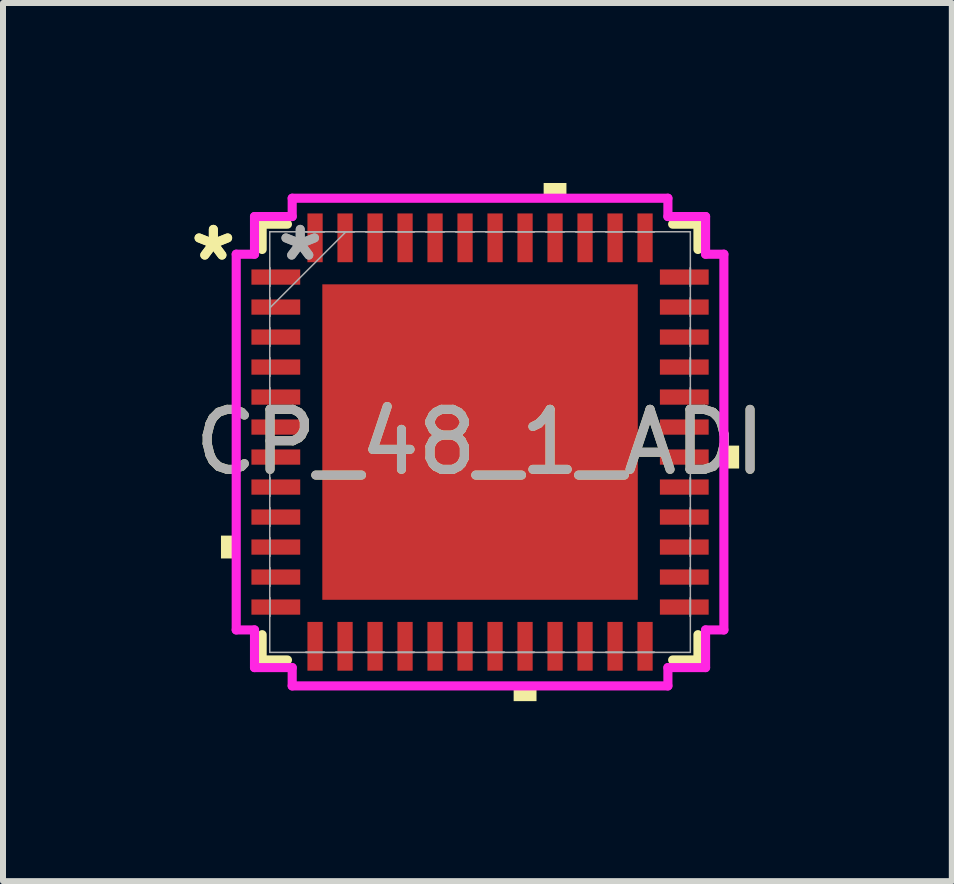
<source format=kicad_pcb>
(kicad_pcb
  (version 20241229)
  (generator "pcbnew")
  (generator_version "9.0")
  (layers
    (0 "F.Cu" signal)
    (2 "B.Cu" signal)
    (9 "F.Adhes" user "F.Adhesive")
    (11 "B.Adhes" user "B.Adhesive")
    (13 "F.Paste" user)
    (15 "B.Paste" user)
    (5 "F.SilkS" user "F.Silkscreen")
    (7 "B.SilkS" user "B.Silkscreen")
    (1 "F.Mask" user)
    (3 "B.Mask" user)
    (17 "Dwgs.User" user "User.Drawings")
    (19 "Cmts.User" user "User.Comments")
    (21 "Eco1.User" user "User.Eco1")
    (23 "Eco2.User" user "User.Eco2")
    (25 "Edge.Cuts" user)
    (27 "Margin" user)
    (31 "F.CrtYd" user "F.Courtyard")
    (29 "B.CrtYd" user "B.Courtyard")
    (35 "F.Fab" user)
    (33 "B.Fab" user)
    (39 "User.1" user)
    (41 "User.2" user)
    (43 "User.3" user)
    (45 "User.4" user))
  (footprint "CP_48_1_ADI"
    (layer "F.Cu")
    (at 4.951 4.318)
    (property "Reference" "CP_48_1_ADI" (at 0 0 0) (unlocked yes) (layer "F.SilkS") (effects (font (size 1 1) (thickness 0.15))))
    (attr smd)
    (fp_line (start -3.632 -3.632) (end -3.632 -3.21) (stroke (width 0.152) (type solid)) (layer "F.SilkS"))
    (fp_line (start -3.632 3.21) (end -3.632 3.632) (stroke (width 0.152) (type solid)) (layer "F.SilkS"))
    (fp_line (start -3.632 3.632) (end -3.21 3.632) (stroke (width 0.152) (type solid)) (layer "F.SilkS"))
    (fp_line (start -3.21 -3.632) (end -3.632 -3.632) (stroke (width 0.152) (type solid)) (layer "F.SilkS"))
    (fp_line (start 3.21 3.632) (end 3.632 3.632) (stroke (width 0.152) (type solid)) (layer "F.SilkS"))
    (fp_line (start 3.632 -3.632) (end 3.21 -3.632) (stroke (width 0.152) (type solid)) (layer "F.SilkS"))
    (fp_line (start 3.632 -3.21) (end 3.632 -3.632) (stroke (width 0.152) (type solid)) (layer "F.SilkS"))
    (fp_line (start 3.632 3.632) (end 3.632 3.21) (stroke (width 0.152) (type solid)) (layer "F.SilkS"))
    (fp_poly (pts (xy -4.318 1.559) (xy -4.318 1.94) (xy -4.064 1.94) (xy -4.064 1.559)) (stroke (width 0) (type solid)) (fill yes) (layer "F.SilkS"))
    (fp_poly (pts (xy 0.56 4.064) (xy 0.56 4.318) (xy 0.941 4.318) (xy 0.941 4.064)) (stroke (width 0) (type solid)) (fill yes) (layer "F.SilkS"))
    (fp_poly (pts (xy 1.06 -4.064) (xy 1.06 -4.318) (xy 1.44 -4.318) (xy 1.44 -4.064)) (stroke (width 0) (type solid)) (fill yes) (layer "F.SilkS"))
    (fp_poly (pts (xy 4.318 0.059) (xy 4.318 0.441) (xy 4.064 0.441) (xy 4.064 0.059)) (stroke (width 0) (type solid)) (fill yes) (layer "F.SilkS"))
    (fp_poly (pts (xy -2.529 -2.529) (xy -2.529 -1.414) (xy -1.414 -1.414) (xy -1.414 -2.529)) (stroke (width 0) (type solid)) (fill yes) (layer "F.Paste"))
    (fp_poly (pts (xy -2.529 -1.214) (xy -2.529 -0.1) (xy -1.414 -0.1) (xy -1.414 -1.214)) (stroke (width 0) (type solid)) (fill yes) (layer "F.Paste"))
    (fp_poly (pts (xy -2.529 0.1) (xy -2.529 1.214) (xy -1.414 1.214) (xy -1.414 0.1)) (stroke (width 0) (type solid)) (fill yes) (layer "F.Paste"))
    (fp_poly (pts (xy -2.529 1.414) (xy -2.529 2.529) (xy -1.414 2.529) (xy -1.414 1.414)) (stroke (width 0) (type solid)) (fill yes) (layer "F.Paste"))
    (fp_poly (pts (xy -1.214 -2.529) (xy -1.214 -1.414) (xy -0.1 -1.414) (xy -0.1 -2.529)) (stroke (width 0) (type solid)) (fill yes) (layer "F.Paste"))
    (fp_poly (pts (xy -1.214 -1.214) (xy -1.214 -0.1) (xy -0.1 -0.1) (xy -0.1 -1.214)) (stroke (width 0) (type solid)) (fill yes) (layer "F.Paste"))
    (fp_poly (pts (xy -1.214 0.1) (xy -1.214 1.214) (xy -0.1 1.214) (xy -0.1 0.1)) (stroke (width 0) (type solid)) (fill yes) (layer "F.Paste"))
    (fp_poly (pts (xy -1.214 1.414) (xy -1.214 2.529) (xy -0.1 2.529) (xy -0.1 1.414)) (stroke (width 0) (type solid)) (fill yes) (layer "F.Paste"))
    (fp_poly (pts (xy 0.1 -2.529) (xy 0.1 -1.414) (xy 1.214 -1.414) (xy 1.214 -2.529)) (stroke (width 0) (type solid)) (fill yes) (layer "F.Paste"))
    (fp_poly (pts (xy 0.1 -1.214) (xy 0.1 -0.1) (xy 1.214 -0.1) (xy 1.214 -1.214)) (stroke (width 0) (type solid)) (fill yes) (layer "F.Paste"))
    (fp_poly (pts (xy 0.1 0.1) (xy 0.1 1.214) (xy 1.214 1.214) (xy 1.214 0.1)) (stroke (width 0) (type solid)) (fill yes) (layer "F.Paste"))
    (fp_poly (pts (xy 0.1 1.414) (xy 0.1 2.529) (xy 1.214 2.529) (xy 1.214 1.414)) (stroke (width 0) (type solid)) (fill yes) (layer "F.Paste"))
    (fp_poly (pts (xy 1.414 -2.529) (xy 1.414 -1.414) (xy 2.529 -1.414) (xy 2.529 -2.529)) (stroke (width 0) (type solid)) (fill yes) (layer "F.Paste"))
    (fp_poly (pts (xy 1.414 -1.214) (xy 1.414 -0.1) (xy 2.529 -0.1) (xy 2.529 -1.214)) (stroke (width 0) (type solid)) (fill yes) (layer "F.Paste"))
    (fp_poly (pts (xy 1.414 0.1) (xy 1.414 1.214) (xy 2.529 1.214) (xy 2.529 0.1)) (stroke (width 0) (type solid)) (fill yes) (layer "F.Paste"))
    (fp_poly (pts (xy 1.414 1.414) (xy 1.414 2.529) (xy 2.529 2.529) (xy 2.529 1.414)) (stroke (width 0) (type solid)) (fill yes) (layer "F.Paste"))
    (fp_line (start -4.064 -3.131) (end -3.759 -3.131) (stroke (width 0.152) (type solid)) (layer "F.CrtYd"))
    (fp_line (start -4.064 3.131) (end -4.064 -3.131) (stroke (width 0.152) (type solid)) (layer "F.CrtYd"))
    (fp_line (start -3.759 -3.759) (end -3.131 -3.759) (stroke (width 0.152) (type solid)) (layer "F.CrtYd"))
    (fp_line (start -3.759 -3.131) (end -3.759 -3.759) (stroke (width 0.152) (type solid)) (layer "F.CrtYd"))
    (fp_line (start -3.759 3.131) (end -4.064 3.131) (stroke (width 0.152) (type solid)) (layer "F.CrtYd"))
    (fp_line (start -3.759 3.759) (end -3.759 3.131) (stroke (width 0.152) (type solid)) (layer "F.CrtYd"))
    (fp_line (start -3.131 -4.064) (end 3.131 -4.064) (stroke (width 0.152) (type solid)) (layer "F.CrtYd"))
    (fp_line (start -3.131 -3.759) (end -3.131 -4.064) (stroke (width 0.152) (type solid)) (layer "F.CrtYd"))
    (fp_line (start -3.131 3.759) (end -3.759 3.759) (stroke (width 0.152) (type solid)) (layer "F.CrtYd"))
    (fp_line (start -3.131 4.064) (end -3.131 3.759) (stroke (width 0.152) (type solid)) (layer "F.CrtYd"))
    (fp_line (start 3.131 -4.064) (end 3.131 -3.759) (stroke (width 0.152) (type solid)) (layer "F.CrtYd"))
    (fp_line (start 3.131 -3.759) (end 3.759 -3.759) (stroke (width 0.152) (type solid)) (layer "F.CrtYd"))
    (fp_line (start 3.131 3.759) (end 3.131 4.064) (stroke (width 0.152) (type solid)) (layer "F.CrtYd"))
    (fp_line (start 3.131 4.064) (end -3.131 4.064) (stroke (width 0.152) (type solid)) (layer "F.CrtYd"))
    (fp_line (start 3.759 -3.759) (end 3.759 -3.131) (stroke (width 0.152) (type solid)) (layer "F.CrtYd"))
    (fp_line (start 3.759 -3.131) (end 4.064 -3.131) (stroke (width 0.152) (type solid)) (layer "F.CrtYd"))
    (fp_line (start 3.759 3.131) (end 3.759 3.759) (stroke (width 0.152) (type solid)) (layer "F.CrtYd"))
    (fp_line (start 3.759 3.759) (end 3.131 3.759) (stroke (width 0.152) (type solid)) (layer "F.CrtYd"))
    (fp_line (start 4.064 -3.131) (end 4.064 3.131) (stroke (width 0.152) (type solid)) (layer "F.CrtYd"))
    (fp_line (start 4.064 3.131) (end 3.759 3.131) (stroke (width 0.152) (type solid)) (layer "F.CrtYd"))
    (fp_line (start -3.505 -3.505) (end -3.505 -3.505) (stroke (width 0.025) (type solid)) (layer "F.Fab"))
    (fp_line (start -3.505 -3.505) (end -3.505 3.505) (stroke (width 0.025) (type solid)) (layer "F.Fab"))
    (fp_line (start -3.505 -2.902) (end -3.505 -2.902) (stroke (width 0.025) (type solid)) (layer "F.Fab"))
    (fp_line (start -3.505 -2.902) (end -3.505 -2.598) (stroke (width 0.025) (type solid)) (layer "F.Fab"))
    (fp_line (start -3.505 -2.598) (end -3.505 -2.902) (stroke (width 0.025) (type solid)) (layer "F.Fab"))
    (fp_line (start -3.505 -2.598) (end -3.505 -2.598) (stroke (width 0.025) (type solid)) (layer "F.Fab"))
    (fp_line (start -3.505 -2.402) (end -3.505 -2.402) (stroke (width 0.025) (type solid)) (layer "F.Fab"))
    (fp_line (start -3.505 -2.402) (end -3.505 -2.098) (stroke (width 0.025) (type solid)) (layer "F.Fab"))
    (fp_line (start -3.505 -2.235) (end -2.235 -3.505) (stroke (width 0.025) (type solid)) (layer "F.Fab"))
    (fp_line (start -3.505 -2.098) (end -3.505 -2.402) (stroke (width 0.025) (type solid)) (layer "F.Fab"))
    (fp_line (start -3.505 -2.098) (end -3.505 -2.098) (stroke (width 0.025) (type solid)) (layer "F.Fab"))
    (fp_line (start -3.505 -1.902) (end -3.505 -1.902) (stroke (width 0.025) (type solid)) (layer "F.Fab"))
    (fp_line (start -3.505 -1.902) (end -3.505 -1.598) (stroke (width 0.025) (type solid)) (layer "F.Fab"))
    (fp_line (start -3.505 -1.598) (end -3.505 -1.902) (stroke (width 0.025) (type solid)) (layer "F.Fab"))
    (fp_line (start -3.505 -1.598) (end -3.505 -1.598) (stroke (width 0.025) (type solid)) (layer "F.Fab"))
    (fp_line (start -3.505 -1.402) (end -3.505 -1.402) (stroke (width 0.025) (type solid)) (layer "F.Fab"))
    (fp_line (start -3.505 -1.402) (end -3.505 -1.098) (stroke (width 0.025) (type solid)) (layer "F.Fab"))
    (fp_line (start -3.505 -1.098) (end -3.505 -1.402) (stroke (width 0.025) (type solid)) (layer "F.Fab"))
    (fp_line (start -3.505 -1.098) (end -3.505 -1.098) (stroke (width 0.025) (type solid)) (layer "F.Fab"))
    (fp_line (start -3.505 -0.902) (end -3.505 -0.902) (stroke (width 0.025) (type solid)) (layer "F.Fab"))
    (fp_line (start -3.505 -0.902) (end -3.505 -0.598) (stroke (width 0.025) (type solid)) (layer "F.Fab"))
    (fp_line (start -3.505 -0.598) (end -3.505 -0.902) (stroke (width 0.025) (type solid)) (layer "F.Fab"))
    (fp_line (start -3.505 -0.598) (end -3.505 -0.598) (stroke (width 0.025) (type solid)) (layer "F.Fab"))
    (fp_line (start -3.505 -0.402) (end -3.505 -0.402) (stroke (width 0.025) (type solid)) (layer "F.Fab"))
    (fp_line (start -3.505 -0.402) (end -3.505 -0.098) (stroke (width 0.025) (type solid)) (layer "F.Fab"))
    (fp_line (start -3.505 -0.098) (end -3.505 -0.402) (stroke (width 0.025) (type solid)) (layer "F.Fab"))
    (fp_line (start -3.505 -0.098) (end -3.505 -0.098) (stroke (width 0.025) (type solid)) (layer "F.Fab"))
    (fp_line (start -3.505 0.098) (end -3.505 0.098) (stroke (width 0.025) (type solid)) (layer "F.Fab"))
    (fp_line (start -3.505 0.098) (end -3.505 0.402) (stroke (width 0.025) (type solid)) (layer "F.Fab"))
    (fp_line (start -3.505 0.402) (end -3.505 0.098) (stroke (width 0.025) (type solid)) (layer "F.Fab"))
    (fp_line (start -3.505 0.402) (end -3.505 0.402) (stroke (width 0.025) (type solid)) (layer "F.Fab"))
    (fp_line (start -3.505 0.598) (end -3.505 0.598) (stroke (width 0.025) (type solid)) (layer "F.Fab"))
    (fp_line (start -3.505 0.598) (end -3.505 0.902) (stroke (width 0.025) (type solid)) (layer "F.Fab"))
    (fp_line (start -3.505 0.902) (end -3.505 0.598) (stroke (width 0.025) (type solid)) (layer "F.Fab"))
    (fp_line (start -3.505 0.902) (end -3.505 0.902) (stroke (width 0.025) (type solid)) (layer "F.Fab"))
    (fp_line (start -3.505 1.098) (end -3.505 1.098) (stroke (width 0.025) (type solid)) (layer "F.Fab"))
    (fp_line (start -3.505 1.098) (end -3.505 1.402) (stroke (width 0.025) (type solid)) (layer "F.Fab"))
    (fp_line (start -3.505 1.402) (end -3.505 1.098) (stroke (width 0.025) (type solid)) (layer "F.Fab"))
    (fp_line (start -3.505 1.402) (end -3.505 1.402) (stroke (width 0.025) (type solid)) (layer "F.Fab"))
    (fp_line (start -3.505 1.598) (end -3.505 1.598) (stroke (width 0.025) (type solid)) (layer "F.Fab"))
    (fp_line (start -3.505 1.598) (end -3.505 1.902) (stroke (width 0.025) (type solid)) (layer "F.Fab"))
    (fp_line (start -3.505 1.902) (end -3.505 1.598) (stroke (width 0.025) (type solid)) (layer "F.Fab"))
    (fp_line (start -3.505 1.902) (end -3.505 1.902) (stroke (width 0.025) (type solid)) (layer "F.Fab"))
    (fp_line (start -3.505 2.098) (end -3.505 2.098) (stroke (width 0.025) (type solid)) (layer "F.Fab"))
    (fp_line (start -3.505 2.098) (end -3.505 2.402) (stroke (width 0.025) (type solid)) (layer "F.Fab"))
    (fp_line (start -3.505 2.402) (end -3.505 2.098) (stroke (width 0.025) (type solid)) (layer "F.Fab"))
    (fp_line (start -3.505 2.402) (end -3.505 2.402) (stroke (width 0.025) (type solid)) (layer "F.Fab"))
    (fp_line (start -3.505 2.598) (end -3.505 2.598) (stroke (width 0.025) (type solid)) (layer "F.Fab"))
    (fp_line (start -3.505 2.598) (end -3.505 2.902) (stroke (width 0.025) (type solid)) (layer "F.Fab"))
    (fp_line (start -3.505 2.902) (end -3.505 2.598) (stroke (width 0.025) (type solid)) (layer "F.Fab"))
    (fp_line (start -3.505 2.902) (end -3.505 2.902) (stroke (width 0.025) (type solid)) (layer "F.Fab"))
    (fp_line (start -3.505 3.505) (end -3.505 3.505) (stroke (width 0.025) (type solid)) (layer "F.Fab"))
    (fp_line (start -3.505 3.505) (end 3.505 3.505) (stroke (width 0.025) (type solid)) (layer "F.Fab"))
    (fp_line (start -2.902 -3.505) (end -2.902 -3.505) (stroke (width 0.025) (type solid)) (layer "F.Fab"))
    (fp_line (start -2.902 -3.505) (end -2.598 -3.505) (stroke (width 0.025) (type solid)) (layer "F.Fab"))
    (fp_line (start -2.902 3.505) (end -2.902 3.505) (stroke (width 0.025) (type solid)) (layer "F.Fab"))
    (fp_line (start -2.902 3.505) (end -2.598 3.505) (stroke (width 0.025) (type solid)) (layer "F.Fab"))
    (fp_line (start -2.598 -3.505) (end -2.902 -3.505) (stroke (width 0.025) (type solid)) (layer "F.Fab"))
    (fp_line (start -2.598 -3.505) (end -2.598 -3.505) (stroke (width 0.025) (type solid)) (layer "F.Fab"))
    (fp_line (start -2.598 3.505) (end -2.902 3.505) (stroke (width 0.025) (type solid)) (layer "F.Fab"))
    (fp_line (start -2.598 3.505) (end -2.598 3.505) (stroke (width 0.025) (type solid)) (layer "F.Fab"))
    (fp_line (start -2.402 -3.505) (end -2.402 -3.505) (stroke (width 0.025) (type solid)) (layer "F.Fab"))
    (fp_line (start -2.402 -3.505) (end -2.098 -3.505) (stroke (width 0.025) (type solid)) (layer "F.Fab"))
    (fp_line (start -2.402 3.505) (end -2.402 3.505) (stroke (width 0.025) (type solid)) (layer "F.Fab"))
    (fp_line (start -2.402 3.505) (end -2.098 3.505) (stroke (width 0.025) (type solid)) (layer "F.Fab"))
    (fp_line (start -2.098 -3.505) (end -2.402 -3.505) (stroke (width 0.025) (type solid)) (layer "F.Fab"))
    (fp_line (start -2.098 -3.505) (end -2.098 -3.505) (stroke (width 0.025) (type solid)) (layer "F.Fab"))
    (fp_line (start -2.098 3.505) (end -2.402 3.505) (stroke (width 0.025) (type solid)) (layer "F.Fab"))
    (fp_line (start -2.098 3.505) (end -2.098 3.505) (stroke (width 0.025) (type solid)) (layer "F.Fab"))
    (fp_line (start -1.902 -3.505) (end -1.902 -3.505) (stroke (width 0.025) (type solid)) (layer "F.Fab"))
    (fp_line (start -1.902 -3.505) (end -1.598 -3.505) (stroke (width 0.025) (type solid)) (layer "F.Fab"))
    (fp_line (start -1.902 3.505) (end -1.902 3.505) (stroke (width 0.025) (type solid)) (layer "F.Fab"))
    (fp_line (start -1.902 3.505) (end -1.598 3.505) (stroke (width 0.025) (type solid)) (layer "F.Fab"))
    (fp_line (start -1.598 -3.505) (end -1.902 -3.505) (stroke (width 0.025) (type solid)) (layer "F.Fab"))
    (fp_line (start -1.598 -3.505) (end -1.598 -3.505) (stroke (width 0.025) (type solid)) (layer "F.Fab"))
    (fp_line (start -1.598 3.505) (end -1.902 3.505) (stroke (width 0.025) (type solid)) (layer "F.Fab"))
    (fp_line (start -1.598 3.505) (end -1.598 3.505) (stroke (width 0.025) (type solid)) (layer "F.Fab"))
    (fp_line (start -1.402 -3.505) (end -1.402 -3.505) (stroke (width 0.025) (type solid)) (layer "F.Fab"))
    (fp_line (start -1.402 -3.505) (end -1.098 -3.505) (stroke (width 0.025) (type solid)) (layer "F.Fab"))
    (fp_line (start -1.402 3.505) (end -1.402 3.505) (stroke (width 0.025) (type solid)) (layer "F.Fab"))
    (fp_line (start -1.402 3.505) (end -1.098 3.505) (stroke (width 0.025) (type solid)) (layer "F.Fab"))
    (fp_line (start -1.098 -3.505) (end -1.402 -3.505) (stroke (width 0.025) (type solid)) (layer "F.Fab"))
    (fp_line (start -1.098 -3.505) (end -1.098 -3.505) (stroke (width 0.025) (type solid)) (layer "F.Fab"))
    (fp_line (start -1.098 3.505) (end -1.402 3.505) (stroke (width 0.025) (type solid)) (layer "F.Fab"))
    (fp_line (start -1.098 3.505) (end -1.098 3.505) (stroke (width 0.025) (type solid)) (layer "F.Fab"))
    (fp_line (start -0.902 -3.505) (end -0.902 -3.505) (stroke (width 0.025) (type solid)) (layer "F.Fab"))
    (fp_line (start -0.902 -3.505) (end -0.598 -3.505) (stroke (width 0.025) (type solid)) (layer "F.Fab"))
    (fp_line (start -0.902 3.505) (end -0.902 3.505) (stroke (width 0.025) (type solid)) (layer "F.Fab"))
    (fp_line (start -0.902 3.505) (end -0.598 3.505) (stroke (width 0.025) (type solid)) (layer "F.Fab"))
    (fp_line (start -0.598 -3.505) (end -0.902 -3.505) (stroke (width 0.025) (type solid)) (layer "F.Fab"))
    (fp_line (start -0.598 -3.505) (end -0.598 -3.505) (stroke (width 0.025) (type solid)) (layer "F.Fab"))
    (fp_line (start -0.598 3.505) (end -0.902 3.505) (stroke (width 0.025) (type solid)) (layer "F.Fab"))
    (fp_line (start -0.598 3.505) (end -0.598 3.505) (stroke (width 0.025) (type solid)) (layer "F.Fab"))
    (fp_line (start -0.402 -3.505) (end -0.402 -3.505) (stroke (width 0.025) (type solid)) (layer "F.Fab"))
    (fp_line (start -0.402 -3.505) (end -0.098 -3.505) (stroke (width 0.025) (type solid)) (layer "F.Fab"))
    (fp_line (start -0.402 3.505) (end -0.402 3.505) (stroke (width 0.025) (type solid)) (layer "F.Fab"))
    (fp_line (start -0.402 3.505) (end -0.098 3.505) (stroke (width 0.025) (type solid)) (layer "F.Fab"))
    (fp_line (start -0.098 -3.505) (end -0.402 -3.505) (stroke (width 0.025) (type solid)) (layer "F.Fab"))
    (fp_line (start -0.098 -3.505) (end -0.098 -3.505) (stroke (width 0.025) (type solid)) (layer "F.Fab"))
    (fp_line (start -0.098 3.505) (end -0.402 3.505) (stroke (width 0.025) (type solid)) (layer "F.Fab"))
    (fp_line (start -0.098 3.505) (end -0.098 3.505) (stroke (width 0.025) (type solid)) (layer "F.Fab"))
    (fp_line (start 0.098 -3.505) (end 0.098 -3.505) (stroke (width 0.025) (type solid)) (layer "F.Fab"))
    (fp_line (start 0.098 -3.505) (end 0.402 -3.505) (stroke (width 0.025) (type solid)) (layer "F.Fab"))
    (fp_line (start 0.098 3.505) (end 0.098 3.505) (stroke (width 0.025) (type solid)) (layer "F.Fab"))
    (fp_line (start 0.098 3.505) (end 0.402 3.505) (stroke (width 0.025) (type solid)) (layer "F.Fab"))
    (fp_line (start 0.402 -3.505) (end 0.098 -3.505) (stroke (width 0.025) (type solid)) (layer "F.Fab"))
    (fp_line (start 0.402 -3.505) (end 0.402 -3.505) (stroke (width 0.025) (type solid)) (layer "F.Fab"))
    (fp_line (start 0.402 3.505) (end 0.098 3.505) (stroke (width 0.025) (type solid)) (layer "F.Fab"))
    (fp_line (start 0.402 3.505) (end 0.402 3.505) (stroke (width 0.025) (type solid)) (layer "F.Fab"))
    (fp_line (start 0.598 -3.505) (end 0.598 -3.505) (stroke (width 0.025) (type solid)) (layer "F.Fab"))
    (fp_line (start 0.598 -3.505) (end 0.902 -3.505) (stroke (width 0.025) (type solid)) (layer "F.Fab"))
    (fp_line (start 0.598 3.505) (end 0.598 3.505) (stroke (width 0.025) (type solid)) (layer "F.Fab"))
    (fp_line (start 0.598 3.505) (end 0.902 3.505) (stroke (width 0.025) (type solid)) (layer "F.Fab"))
    (fp_line (start 0.902 -3.505) (end 0.598 -3.505) (stroke (width 0.025) (type solid)) (layer "F.Fab"))
    (fp_line (start 0.902 -3.505) (end 0.902 -3.505) (stroke (width 0.025) (type solid)) (layer "F.Fab"))
    (fp_line (start 0.902 3.505) (end 0.598 3.505) (stroke (width 0.025) (type solid)) (layer "F.Fab"))
    (fp_line (start 0.902 3.505) (end 0.902 3.505) (stroke (width 0.025) (type solid)) (layer "F.Fab"))
    (fp_line (start 1.098 -3.505) (end 1.098 -3.505) (stroke (width 0.025) (type solid)) (layer "F.Fab"))
    (fp_line (start 1.098 -3.505) (end 1.402 -3.505) (stroke (width 0.025) (type solid)) (layer "F.Fab"))
    (fp_line (start 1.098 3.505) (end 1.098 3.505) (stroke (width 0.025) (type solid)) (layer "F.Fab"))
    (fp_line (start 1.098 3.505) (end 1.402 3.505) (stroke (width 0.025) (type solid)) (layer "F.Fab"))
    (fp_line (start 1.402 -3.505) (end 1.098 -3.505) (stroke (width 0.025) (type solid)) (layer "F.Fab"))
    (fp_line (start 1.402 -3.505) (end 1.402 -3.505) (stroke (width 0.025) (type solid)) (layer "F.Fab"))
    (fp_line (start 1.402 3.505) (end 1.098 3.505) (stroke (width 0.025) (type solid)) (layer "F.Fab"))
    (fp_line (start 1.402 3.505) (end 1.402 3.505) (stroke (width 0.025) (type solid)) (layer "F.Fab"))
    (fp_line (start 1.598 -3.505) (end 1.598 -3.505) (stroke (width 0.025) (type solid)) (layer "F.Fab"))
    (fp_line (start 1.598 -3.505) (end 1.902 -3.505) (stroke (width 0.025) (type solid)) (layer "F.Fab"))
    (fp_line (start 1.598 3.505) (end 1.598 3.505) (stroke (width 0.025) (type solid)) (layer "F.Fab"))
    (fp_line (start 1.598 3.505) (end 1.902 3.505) (stroke (width 0.025) (type solid)) (layer "F.Fab"))
    (fp_line (start 1.902 -3.505) (end 1.598 -3.505) (stroke (width 0.025) (type solid)) (layer "F.Fab"))
    (fp_line (start 1.902 -3.505) (end 1.902 -3.505) (stroke (width 0.025) (type solid)) (layer "F.Fab"))
    (fp_line (start 1.902 3.505) (end 1.598 3.505) (stroke (width 0.025) (type solid)) (layer "F.Fab"))
    (fp_line (start 1.902 3.505) (end 1.902 3.505) (stroke (width 0.025) (type solid)) (layer "F.Fab"))
    (fp_line (start 2.098 -3.505) (end 2.098 -3.505) (stroke (width 0.025) (type solid)) (layer "F.Fab"))
    (fp_line (start 2.098 -3.505) (end 2.402 -3.505) (stroke (width 0.025) (type solid)) (layer "F.Fab"))
    (fp_line (start 2.098 3.505) (end 2.098 3.505) (stroke (width 0.025) (type solid)) (layer "F.Fab"))
    (fp_line (start 2.098 3.505) (end 2.402 3.505) (stroke (width 0.025) (type solid)) (layer "F.Fab"))
    (fp_line (start 2.402 -3.505) (end 2.098 -3.505) (stroke (width 0.025) (type solid)) (layer "F.Fab"))
    (fp_line (start 2.402 -3.505) (end 2.402 -3.505) (stroke (width 0.025) (type solid)) (layer "F.Fab"))
    (fp_line (start 2.402 3.505) (end 2.098 3.505) (stroke (width 0.025) (type solid)) (layer "F.Fab"))
    (fp_line (start 2.402 3.505) (end 2.402 3.505) (stroke (width 0.025) (type solid)) (layer "F.Fab"))
    (fp_line (start 2.598 -3.505) (end 2.598 -3.505) (stroke (width 0.025) (type solid)) (layer "F.Fab"))
    (fp_line (start 2.598 -3.505) (end 2.902 -3.505) (stroke (width 0.025) (type solid)) (layer "F.Fab"))
    (fp_line (start 2.598 3.505) (end 2.598 3.505) (stroke (width 0.025) (type solid)) (layer "F.Fab"))
    (fp_line (start 2.598 3.505) (end 2.902 3.505) (stroke (width 0.025) (type solid)) (layer "F.Fab"))
    (fp_line (start 2.902 -3.505) (end 2.598 -3.505) (stroke (width 0.025) (type solid)) (layer "F.Fab"))
    (fp_line (start 2.902 -3.505) (end 2.902 -3.505) (stroke (width 0.025) (type solid)) (layer "F.Fab"))
    (fp_line (start 2.902 3.505) (end 2.598 3.505) (stroke (width 0.025) (type solid)) (layer "F.Fab"))
    (fp_line (start 2.902 3.505) (end 2.902 3.505) (stroke (width 0.025) (type solid)) (layer "F.Fab"))
    (fp_line (start 3.505 -3.505) (end -3.505 -3.505) (stroke (width 0.025) (type solid)) (layer "F.Fab"))
    (fp_line (start 3.505 -3.505) (end 3.505 -3.505) (stroke (width 0.025) (type solid)) (layer "F.Fab"))
    (fp_line (start 3.505 -2.902) (end 3.505 -2.902) (stroke (width 0.025) (type solid)) (layer "F.Fab"))
    (fp_line (start 3.505 -2.902) (end 3.505 -2.598) (stroke (width 0.025) (type solid)) (layer "F.Fab"))
    (fp_line (start 3.505 -2.598) (end 3.505 -2.902) (stroke (width 0.025) (type solid)) (layer "F.Fab"))
    (fp_line (start 3.505 -2.598) (end 3.505 -2.598) (stroke (width 0.025) (type solid)) (layer "F.Fab"))
    (fp_line (start 3.505 -2.402) (end 3.505 -2.402) (stroke (width 0.025) (type solid)) (layer "F.Fab"))
    (fp_line (start 3.505 -2.402) (end 3.505 -2.098) (stroke (width 0.025) (type solid)) (layer "F.Fab"))
    (fp_line (start 3.505 -2.098) (end 3.505 -2.402) (stroke (width 0.025) (type solid)) (layer "F.Fab"))
    (fp_line (start 3.505 -2.098) (end 3.505 -2.098) (stroke (width 0.025) (type solid)) (layer "F.Fab"))
    (fp_line (start 3.505 -1.902) (end 3.505 -1.902) (stroke (width 0.025) (type solid)) (layer "F.Fab"))
    (fp_line (start 3.505 -1.902) (end 3.505 -1.598) (stroke (width 0.025) (type solid)) (layer "F.Fab"))
    (fp_line (start 3.505 -1.598) (end 3.505 -1.902) (stroke (width 0.025) (type solid)) (layer "F.Fab"))
    (fp_line (start 3.505 -1.598) (end 3.505 -1.598) (stroke (width 0.025) (type solid)) (layer "F.Fab"))
    (fp_line (start 3.505 -1.402) (end 3.505 -1.402) (stroke (width 0.025) (type solid)) (layer "F.Fab"))
    (fp_line (start 3.505 -1.402) (end 3.505 -1.098) (stroke (width 0.025) (type solid)) (layer "F.Fab"))
    (fp_line (start 3.505 -1.098) (end 3.505 -1.402) (stroke (width 0.025) (type solid)) (layer "F.Fab"))
    (fp_line (start 3.505 -1.098) (end 3.505 -1.098) (stroke (width 0.025) (type solid)) (layer "F.Fab"))
    (fp_line (start 3.505 -0.902) (end 3.505 -0.902) (stroke (width 0.025) (type solid)) (layer "F.Fab"))
    (fp_line (start 3.505 -0.902) (end 3.505 -0.598) (stroke (width 0.025) (type solid)) (layer "F.Fab"))
    (fp_line (start 3.505 -0.598) (end 3.505 -0.902) (stroke (width 0.025) (type solid)) (layer "F.Fab"))
    (fp_line (start 3.505 -0.598) (end 3.505 -0.598) (stroke (width 0.025) (type solid)) (layer "F.Fab"))
    (fp_line (start 3.505 -0.402) (end 3.505 -0.402) (stroke (width 0.025) (type solid)) (layer "F.Fab"))
    (fp_line (start 3.505 -0.402) (end 3.505 -0.098) (stroke (width 0.025) (type solid)) (layer "F.Fab"))
    (fp_line (start 3.505 -0.098) (end 3.505 -0.402) (stroke (width 0.025) (type solid)) (layer "F.Fab"))
    (fp_line (start 3.505 -0.098) (end 3.505 -0.098) (stroke (width 0.025) (type solid)) (layer "F.Fab"))
    (fp_line (start 3.505 0.098) (end 3.505 0.098) (stroke (width 0.025) (type solid)) (layer "F.Fab"))
    (fp_line (start 3.505 0.098) (end 3.505 0.402) (stroke (width 0.025) (type solid)) (layer "F.Fab"))
    (fp_line (start 3.505 0.402) (end 3.505 0.098) (stroke (width 0.025) (type solid)) (layer "F.Fab"))
    (fp_line (start 3.505 0.402) (end 3.505 0.402) (stroke (width 0.025) (type solid)) (layer "F.Fab"))
    (fp_line (start 3.505 0.598) (end 3.505 0.598) (stroke (width 0.025) (type solid)) (layer "F.Fab"))
    (fp_line (start 3.505 0.598) (end 3.505 0.902) (stroke (width 0.025) (type solid)) (layer "F.Fab"))
    (fp_line (start 3.505 0.902) (end 3.505 0.598) (stroke (width 0.025) (type solid)) (layer "F.Fab"))
    (fp_line (start 3.505 0.902) (end 3.505 0.902) (stroke (width 0.025) (type solid)) (layer "F.Fab"))
    (fp_line (start 3.505 1.098) (end 3.505 1.098) (stroke (width 0.025) (type solid)) (layer "F.Fab"))
    (fp_line (start 3.505 1.098) (end 3.505 1.402) (stroke (width 0.025) (type solid)) (layer "F.Fab"))
    (fp_line (start 3.505 1.402) (end 3.505 1.098) (stroke (width 0.025) (type solid)) (layer "F.Fab"))
    (fp_line (start 3.505 1.402) (end 3.505 1.402) (stroke (width 0.025) (type solid)) (layer "F.Fab"))
    (fp_line (start 3.505 1.598) (end 3.505 1.598) (stroke (width 0.025) (type solid)) (layer "F.Fab"))
    (fp_line (start 3.505 1.598) (end 3.505 1.902) (stroke (width 0.025) (type solid)) (layer "F.Fab"))
    (fp_line (start 3.505 1.902) (end 3.505 1.598) (stroke (width 0.025) (type solid)) (layer "F.Fab"))
    (fp_line (start 3.505 1.902) (end 3.505 1.902) (stroke (width 0.025) (type solid)) (layer "F.Fab"))
    (fp_line (start 3.505 2.098) (end 3.505 2.098) (stroke (width 0.025) (type solid)) (layer "F.Fab"))
    (fp_line (start 3.505 2.098) (end 3.505 2.402) (stroke (width 0.025) (type solid)) (layer "F.Fab"))
    (fp_line (start 3.505 2.402) (end 3.505 2.098) (stroke (width 0.025) (type solid)) (layer "F.Fab"))
    (fp_line (start 3.505 2.402) (end 3.505 2.402) (stroke (width 0.025) (type solid)) (layer "F.Fab"))
    (fp_line (start 3.505 2.598) (end 3.505 2.598) (stroke (width 0.025) (type solid)) (layer "F.Fab"))
    (fp_line (start 3.505 2.598) (end 3.505 2.902) (stroke (width 0.025) (type solid)) (layer "F.Fab"))
    (fp_line (start 3.505 2.902) (end 3.505 2.598) (stroke (width 0.025) (type solid)) (layer "F.Fab"))
    (fp_line (start 3.505 2.902) (end 3.505 2.902) (stroke (width 0.025) (type solid)) (layer "F.Fab"))
    (fp_line (start 3.505 3.505) (end 3.505 -3.505) (stroke (width 0.025) (type solid)) (layer "F.Fab"))
    (fp_line (start 3.505 3.505) (end 3.505 3.505) (stroke (width 0.025) (type solid)) (layer "F.Fab"))
    (fp_text user "*" (at -4.445 -3 0) (layer "F.SilkS") (effects (font (size 1 1) (thickness 0.15))))
    (fp_text user "*" (at -4.445 -3 0) (unlocked yes) (layer "F.SilkS") (effects (font (size 1 1) (thickness 0.15))))
    (fp_text user "*" (at -2.997 -3 0) (unlocked yes) (layer "F.Fab") (effects (font (size 1 1) (thickness 0.15))))
    (fp_text user "*" (at -2.997 -3 0) (layer "F.Fab") (effects (font (size 1 1) (thickness 0.15))))
    (fp_text user "${REFERENCE}" (at 0 0 0) (unlocked yes) (layer "F.Fab") (effects (font (size 1 1) (thickness 0.15))))
    (pad "1" smd rect (at -3.404 -2.75 90) (size 0.254 0.813) (layers "F.Cu" "F.Mask" "F.Paste"))
    (pad "2" smd rect (at -3.404 -2.25 90) (size 0.254 0.813) (layers "F.Cu" "F.Mask" "F.Paste"))
    (pad "3" smd rect (at -3.404 -1.75 90) (size 0.254 0.813) (layers "F.Cu" "F.Mask" "F.Paste"))
    (pad "4" smd rect (at -3.404 -1.25 90) (size 0.254 0.813) (layers "F.Cu" "F.Mask" "F.Paste"))
    (pad "5" smd rect (at -3.404 -0.75 90) (size 0.254 0.813) (layers "F.Cu" "F.Mask" "F.Paste"))
    (pad "6" smd rect (at -3.404 -0.25 90) (size 0.254 0.813) (layers "F.Cu" "F.Mask" "F.Paste"))
    (pad "7" smd rect (at -3.404 0.25 90) (size 0.254 0.813) (layers "F.Cu" "F.Mask" "F.Paste"))
    (pad "8" smd rect (at -3.404 0.75 90) (size 0.254 0.813) (layers "F.Cu" "F.Mask" "F.Paste"))
    (pad "9" smd rect (at -3.404 1.25 90) (size 0.254 0.813) (layers "F.Cu" "F.Mask" "F.Paste"))
    (pad "10" smd rect (at -3.404 1.75 90) (size 0.254 0.813) (layers "F.Cu" "F.Mask" "F.Paste"))
    (pad "11" smd rect (at -3.404 2.25 90) (size 0.254 0.813) (layers "F.Cu" "F.Mask" "F.Paste"))
    (pad "12" smd rect (at -3.404 2.75 90) (size 0.254 0.813) (layers "F.Cu" "F.Mask" "F.Paste"))
    (pad "13" smd rect (at -2.75 3.404) (size 0.254 0.813) (layers "F.Cu" "F.Mask" "F.Paste"))
    (pad "14" smd rect (at -2.25 3.404) (size 0.254 0.813) (layers "F.Cu" "F.Mask" "F.Paste"))
    (pad "15" smd rect (at -1.75 3.404) (size 0.254 0.813) (layers "F.Cu" "F.Mask" "F.Paste"))
    (pad "16" smd rect (at -1.25 3.404) (size 0.254 0.813) (layers "F.Cu" "F.Mask" "F.Paste"))
    (pad "17" smd rect (at -0.75 3.404) (size 0.254 0.813) (layers "F.Cu" "F.Mask" "F.Paste"))
    (pad "18" smd rect (at -0.25 3.404) (size 0.254 0.813) (layers "F.Cu" "F.Mask" "F.Paste"))
    (pad "19" smd rect (at 0.25 3.404) (size 0.254 0.813) (layers "F.Cu" "F.Mask" "F.Paste"))
    (pad "20" smd rect (at 0.75 3.404) (size 0.254 0.813) (layers "F.Cu" "F.Mask" "F.Paste"))
    (pad "21" smd rect (at 1.25 3.404) (size 0.254 0.813) (layers "F.Cu" "F.Mask" "F.Paste"))
    (pad "22" smd rect (at 1.75 3.404) (size 0.254 0.813) (layers "F.Cu" "F.Mask" "F.Paste"))
    (pad "23" smd rect (at 2.25 3.404) (size 0.254 0.813) (layers "F.Cu" "F.Mask" "F.Paste"))
    (pad "24" smd rect (at 2.75 3.404) (size 0.254 0.813) (layers "F.Cu" "F.Mask" "F.Paste"))
    (pad "25" smd rect (at 3.404 2.75 90) (size 0.254 0.813) (layers "F.Cu" "F.Mask" "F.Paste"))
    (pad "26" smd rect (at 3.404 2.25 90) (size 0.254 0.813) (layers "F.Cu" "F.Mask" "F.Paste"))
    (pad "27" smd rect (at 3.404 1.75 90) (size 0.254 0.813) (layers "F.Cu" "F.Mask" "F.Paste"))
    (pad "28" smd rect (at 3.404 1.25 90) (size 0.254 0.813) (layers "F.Cu" "F.Mask" "F.Paste"))
    (pad "29" smd rect (at 3.404 0.75 90) (size 0.254 0.813) (layers "F.Cu" "F.Mask" "F.Paste"))
    (pad "30" smd rect (at 3.404 0.25 90) (size 0.254 0.813) (layers "F.Cu" "F.Mask" "F.Paste"))
    (pad "31" smd rect (at 3.404 -0.25 90) (size 0.254 0.813) (layers "F.Cu" "F.Mask" "F.Paste"))
    (pad "32" smd rect (at 3.404 -0.75 90) (size 0.254 0.813) (layers "F.Cu" "F.Mask" "F.Paste"))
    (pad "33" smd rect (at 3.404 -1.25 90) (size 0.254 0.813) (layers "F.Cu" "F.Mask" "F.Paste"))
    (pad "34" smd rect (at 3.404 -1.75 90) (size 0.254 0.813) (layers "F.Cu" "F.Mask" "F.Paste"))
    (pad "35" smd rect (at 3.404 -2.25 90) (size 0.254 0.813) (layers "F.Cu" "F.Mask" "F.Paste"))
    (pad "36" smd rect (at 3.404 -2.75 90) (size 0.254 0.813) (layers "F.Cu" "F.Mask" "F.Paste"))
    (pad "37" smd rect (at 2.75 -3.404) (size 0.254 0.813) (layers "F.Cu" "F.Mask" "F.Paste"))
    (pad "38" smd rect (at 2.25 -3.404) (size 0.254 0.813) (layers "F.Cu" "F.Mask" "F.Paste"))
    (pad "39" smd rect (at 1.75 -3.404) (size 0.254 0.813) (layers "F.Cu" "F.Mask" "F.Paste"))
    (pad "40" smd rect (at 1.25 -3.404) (size 0.254 0.813) (layers "F.Cu" "F.Mask" "F.Paste"))
    (pad "41" smd rect (at 0.75 -3.404) (size 0.254 0.813) (layers "F.Cu" "F.Mask" "F.Paste"))
    (pad "42" smd rect (at 0.25 -3.404) (size 0.254 0.813) (layers "F.Cu" "F.Mask" "F.Paste"))
    (pad "43" smd rect (at -0.25 -3.404) (size 0.254 0.813) (layers "F.Cu" "F.Mask" "F.Paste"))
    (pad "44" smd rect (at -0.75 -3.404) (size 0.254 0.813) (layers "F.Cu" "F.Mask" "F.Paste"))
    (pad "45" smd rect (at -1.25 -3.404) (size 0.254 0.813) (layers "F.Cu" "F.Mask" "F.Paste"))
    (pad "46" smd rect (at -1.75 -3.404) (size 0.254 0.813) (layers "F.Cu" "F.Mask" "F.Paste"))
    (pad "47" smd rect (at -2.25 -3.404) (size 0.254 0.813) (layers "F.Cu" "F.Mask" "F.Paste"))
    (pad "48" smd rect (at -2.75 -3.404) (size 0.254 0.813) (layers "F.Cu" "F.Mask" "F.Paste"))
    (pad "49" smd rect (at 0 0) (size 5.258 5.258) (layers "F.Cu" "F.Mask")))
  (gr_rect
    (start -3 -3)
    (end 12.814 11.636)
    (stroke (width 0.1) (type default))
    (fill no)
    (layer "Edge.Cuts")))
</source>
